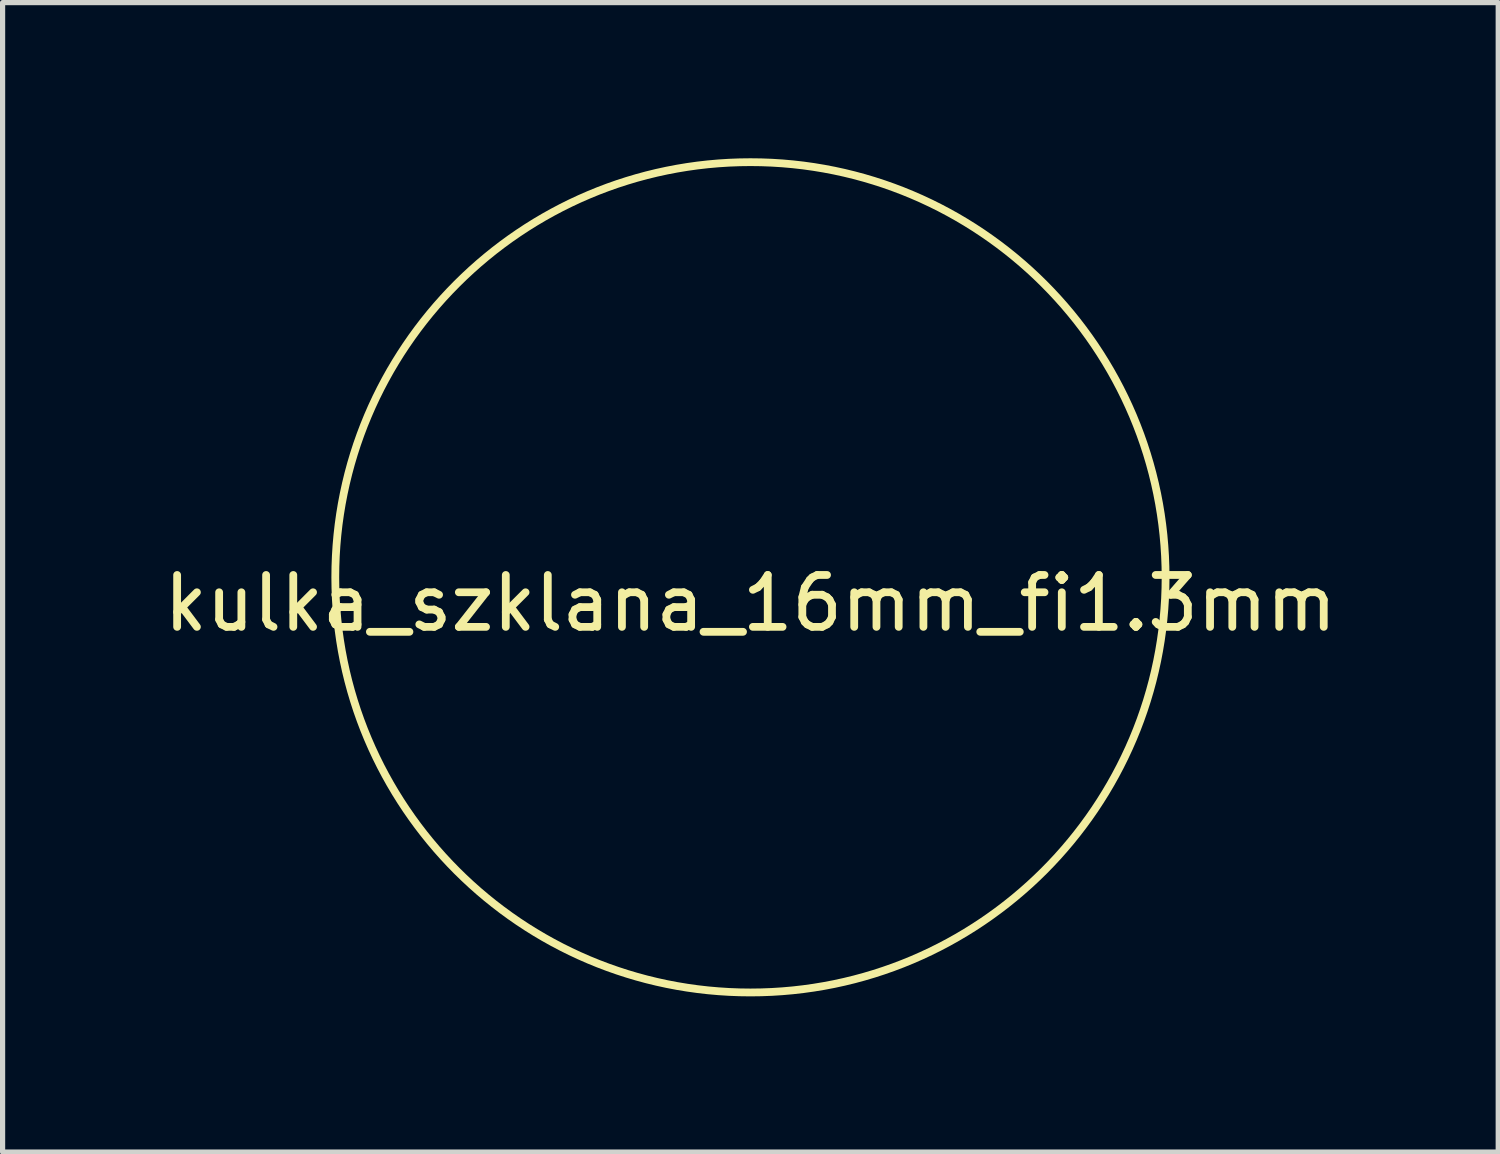
<source format=kicad_pcb>
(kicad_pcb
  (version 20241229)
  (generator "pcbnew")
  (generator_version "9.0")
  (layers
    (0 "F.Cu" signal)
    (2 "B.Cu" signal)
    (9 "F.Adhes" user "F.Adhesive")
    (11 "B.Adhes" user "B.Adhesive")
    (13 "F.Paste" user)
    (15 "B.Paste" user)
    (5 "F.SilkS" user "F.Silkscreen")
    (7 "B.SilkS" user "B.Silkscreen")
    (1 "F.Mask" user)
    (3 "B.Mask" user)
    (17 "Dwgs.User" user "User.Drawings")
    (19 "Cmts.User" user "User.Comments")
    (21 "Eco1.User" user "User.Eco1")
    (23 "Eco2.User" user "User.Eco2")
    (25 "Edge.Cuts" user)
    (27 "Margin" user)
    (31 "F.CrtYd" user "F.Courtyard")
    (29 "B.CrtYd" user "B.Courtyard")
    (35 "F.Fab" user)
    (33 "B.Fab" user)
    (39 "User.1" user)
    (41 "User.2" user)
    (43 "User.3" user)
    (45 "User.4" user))
  (footprint "kulka_szklana_16mm_fi1.3mm"
    (layer "F.Cu")
    (at 11.411 8.075)
    (property "Reference" "kulka_szklana_16mm_fi1.3mm" (at 0 0.5 0) (layer "F.SilkS") (effects (font (size 1 1) (thickness 0.15))))
    (attr through_hole)
    (fp_circle (center 0 0) (end 8 0) (stroke (width 0.15) (type solid)) (fill no) (layer "F.SilkS")))
  (gr_rect
    (start -3 -3)
    (end 25.821 19.15)
    (stroke (width 0.1) (type default))
    (fill no)
    (layer "Edge.Cuts")))
</source>
